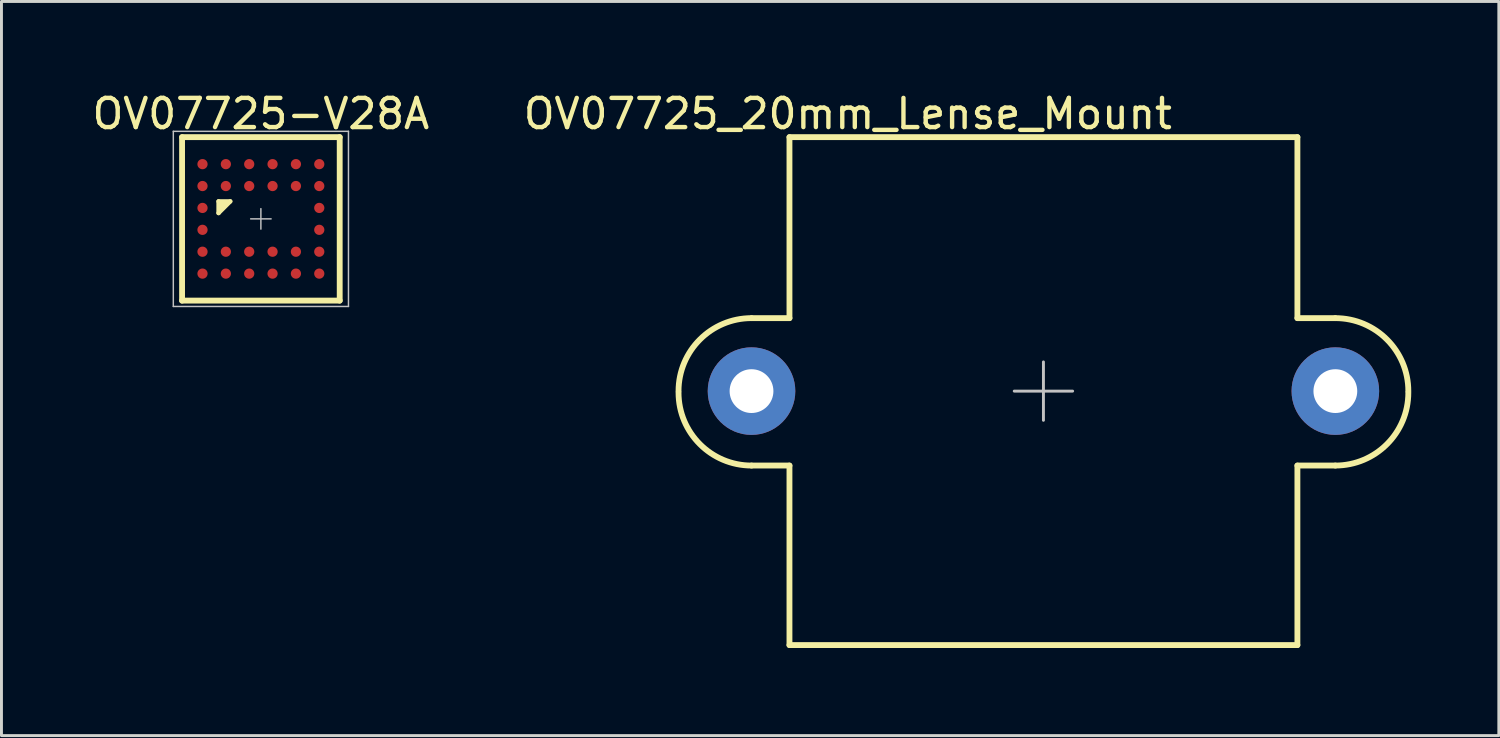
<source format=kicad_pcb>
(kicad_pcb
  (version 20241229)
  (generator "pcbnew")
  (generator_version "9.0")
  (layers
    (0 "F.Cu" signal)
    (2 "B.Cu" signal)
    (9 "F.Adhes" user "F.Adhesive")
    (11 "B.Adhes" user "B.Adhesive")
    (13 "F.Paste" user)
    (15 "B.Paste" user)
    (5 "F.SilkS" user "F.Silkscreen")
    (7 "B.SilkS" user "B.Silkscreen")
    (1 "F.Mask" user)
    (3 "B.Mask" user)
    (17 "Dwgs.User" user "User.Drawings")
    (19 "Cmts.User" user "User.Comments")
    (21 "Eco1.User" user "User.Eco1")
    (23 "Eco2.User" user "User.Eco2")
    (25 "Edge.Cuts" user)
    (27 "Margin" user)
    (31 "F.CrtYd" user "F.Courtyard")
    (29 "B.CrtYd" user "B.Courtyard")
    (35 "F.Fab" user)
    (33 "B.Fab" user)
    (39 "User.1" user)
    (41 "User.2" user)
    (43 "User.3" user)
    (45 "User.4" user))
  (footprint "OV07725-V28A"
    (layer "F.Cu")
    (at 5.887 4.448)
    (property "Reference" "OV07725-V28A" (at 0 -3.6 0) (layer "F.SilkS") (effects (font (size 1 1) (thickness 0.15))))
    (attr through_hole)
    (fp_line (start -2.7 2.8) (end -2.7 -2.8) (stroke (width 0.2) (type solid)) (layer "F.SilkS"))
    (fp_line (start -1.45 -0.6) (end -1.45 -0.2) (stroke (width 0.15) (type solid)) (layer "F.SilkS"))
    (fp_line (start -1.45 -0.6) (end -1.05 -0.6) (stroke (width 0.15) (type solid)) (layer "F.SilkS"))
    (fp_line (start -1.4 -0.55) (end -1.3 -0.45) (stroke (width 0.15) (type solid)) (layer "F.SilkS"))
    (fp_line (start -1.2 -0.55) (end -1.4 -0.35) (stroke (width 0.15) (type solid)) (layer "F.SilkS"))
    (fp_line (start -1.05 -0.6) (end -1.45 -0.2) (stroke (width 0.15) (type solid)) (layer "F.SilkS"))
    (fp_line (start 2.7 -2.8) (end -2.7 -2.8) (stroke (width 0.2) (type solid)) (layer "F.SilkS"))
    (fp_line (start 2.7 -2.8) (end 2.7 2.8) (stroke (width 0.2) (type solid)) (layer "F.SilkS"))
    (fp_line (start 2.7 2.8) (end -2.7 2.8) (stroke (width 0.2) (type solid)) (layer "F.SilkS"))
    (fp_line (start -3 -3) (end 3 -3) (stroke (width 0.05) (type solid)) (layer "Dwgs.User"))
    (fp_line (start -3 3) (end -3 -3) (stroke (width 0.05) (type solid)) (layer "Dwgs.User"))
    (fp_line (start -0.35 0) (end 0.35 0) (stroke (width 0.05) (type solid)) (layer "Dwgs.User"))
    (fp_line (start 0 -0.35) (end 0 0.35) (stroke (width 0.05) (type solid)) (layer "Dwgs.User"))
    (fp_line (start 3 -3) (end 3 3) (stroke (width 0.05) (type solid)) (layer "Dwgs.User"))
    (fp_line (start 3 3) (end -3 3) (stroke (width 0.05) (type solid)) (layer "Dwgs.User"))
    (fp_line (start -2.518 -2.603) (end -2.518 2.603) (stroke (width 0.1) (type solid)) (layer "Eco1.User"))
    (fp_line (start -2.518 -2.603) (end 2.518 -2.603) (stroke (width 0.1) (type solid)) (layer "Eco1.User"))
    (fp_line (start -2.518 2.603) (end 2.518 2.603) (stroke (width 0.1) (type solid)) (layer "Eco1.User"))
    (fp_line (start 2.518 -2.603) (end 2.518 2.603) (stroke (width 0.1) (type solid)) (layer "Eco1.User"))
    (fp_line (start -0.189 -0.334) (end 0.389 -0.334) (stroke (width 0.05) (type solid)) (layer "Eco2.User"))
    (fp_line (start 0.088 -0.634) (end 0.088 -0.034) (stroke (width 0.05) (type solid)) (layer "Eco2.User"))
    (fp_text user "Lens Origin Offset (0.0885 , 0.336)" (at 0 4.75 0) (layer "Eco2.User") (effects (font (size 0.3 0.3) (thickness 0.075))))
    (pad "A1" smd circle (at -2 -1.875 180) (size 0.35 0.35) (layers "F.Cu" "F.Mask" "F.Paste"))
    (pad "A2" smd circle (at -1.2 -1.875 180) (size 0.35 0.35) (layers "F.Cu" "F.Mask" "F.Paste"))
    (pad "A3" smd circle (at -0.4 -1.875 180) (size 0.35 0.35) (layers "F.Cu" "F.Mask" "F.Paste"))
    (pad "A4" smd circle (at 0.4 -1.875 180) (size 0.35 0.35) (layers "F.Cu" "F.Mask" "F.Paste"))
    (pad "A5" smd circle (at 1.2 -1.875 180) (size 0.35 0.35) (layers "F.Cu" "F.Mask" "F.Paste"))
    (pad "A6" smd circle (at 2 -1.875 180) (size 0.35 0.35) (layers "F.Cu" "F.Mask" "F.Paste"))
    (pad "B1" smd circle (at -2 -1.125 180) (size 0.35 0.35) (layers "F.Cu" "F.Mask" "F.Paste"))
    (pad "B2" smd circle (at -1.2 -1.125 180) (size 0.35 0.35) (layers "F.Cu" "F.Mask" "F.Paste"))
    (pad "B3" smd circle (at -0.4 -1.125 180) (size 0.35 0.35) (layers "F.Cu" "F.Mask" "F.Paste"))
    (pad "B4" smd circle (at 0.4 -1.125 180) (size 0.35 0.35) (layers "F.Cu" "F.Mask" "F.Paste"))
    (pad "B5" smd circle (at 1.2 -1.125 180) (size 0.35 0.35) (layers "F.Cu" "F.Mask" "F.Paste"))
    (pad "B6" smd circle (at 2 -1.125 180) (size 0.35 0.35) (layers "F.Cu" "F.Mask" "F.Paste"))
    (pad "C1" smd circle (at -2 -0.375 180) (size 0.35 0.35) (layers "F.Cu" "F.Mask" "F.Paste"))
    (pad "C6" smd circle (at 2 -0.375 180) (size 0.35 0.35) (layers "F.Cu" "F.Mask" "F.Paste"))
    (pad "D1" smd circle (at -2 0.375 180) (size 0.35 0.35) (layers "F.Cu" "F.Mask" "F.Paste"))
    (pad "D6" smd circle (at 2 0.375 180) (size 0.35 0.35) (layers "F.Cu" "F.Mask" "F.Paste"))
    (pad "E1" smd circle (at -2 1.125 180) (size 0.35 0.35) (layers "F.Cu" "F.Mask" "F.Paste"))
    (pad "E2" smd circle (at -1.2 1.125 180) (size 0.35 0.35) (layers "F.Cu" "F.Mask" "F.Paste"))
    (pad "E3" smd circle (at -0.4 1.125 180) (size 0.35 0.35) (layers "F.Cu" "F.Mask" "F.Paste"))
    (pad "E4" smd circle (at 0.4 1.125 180) (size 0.35 0.35) (layers "F.Cu" "F.Mask" "F.Paste"))
    (pad "E5" smd circle (at 1.2 1.125 180) (size 0.35 0.35) (layers "F.Cu" "F.Mask" "F.Paste"))
    (pad "E6" smd circle (at 2 1.125 180) (size 0.35 0.35) (layers "F.Cu" "F.Mask" "F.Paste"))
    (pad "F1" smd circle (at -2 1.875 180) (size 0.35 0.35) (layers "F.Cu" "F.Mask" "F.Paste"))
    (pad "F2" smd circle (at -1.2 1.875 180) (size 0.35 0.35) (layers "F.Cu" "F.Mask" "F.Paste"))
    (pad "F3" smd circle (at -0.4 1.875 180) (size 0.35 0.35) (layers "F.Cu" "F.Mask" "F.Paste"))
    (pad "F4" smd circle (at 0.4 1.875 180) (size 0.35 0.35) (layers "F.Cu" "F.Mask" "F.Paste"))
    (pad "F5" smd circle (at 1.2 1.875 180) (size 0.35 0.35) (layers "F.Cu" "F.Mask" "F.Paste"))
    (pad "F6" smd circle (at 2 1.875 180) (size 0.35 0.35) (layers "F.Cu" "F.Mask" "F.Paste")))
  (footprint "OV07725_20mm_Lense_Mount"
    (layer "F.Cu")
    (at 32.694 10.348)
    (property "Reference" "OV07725_20mm_Lense_Mount" (at -6.7 -9.5 0) (layer "F.SilkS") (effects (font (size 1 1) (thickness 0.15))))
    (attr through_hole)
    (fp_line (start -8.7 -8.7) (end -8.7 -2.5) (stroke (width 0.2) (type solid)) (layer "F.SilkS"))
    (fp_line (start -8.7 -2.5) (end -10 -2.5) (stroke (width 0.2) (type solid)) (layer "F.SilkS"))
    (fp_line (start -8.7 2.55) (end -10 2.55) (stroke (width 0.2) (type solid)) (layer "F.SilkS"))
    (fp_line (start -8.7 8.7) (end -8.7 2.55) (stroke (width 0.2) (type solid)) (layer "F.SilkS"))
    (fp_line (start -8.7 8.7) (end 8.7 8.7) (stroke (width 0.2) (type solid)) (layer "F.SilkS"))
    (fp_line (start 8.7 -8.7) (end -8.7 -8.7) (stroke (width 0.2) (type solid)) (layer "F.SilkS"))
    (fp_line (start 8.7 -8.7) (end 8.7 -2.5) (stroke (width 0.2) (type solid)) (layer "F.SilkS"))
    (fp_line (start 8.7 -2.5) (end 10 -2.5) (stroke (width 0.2) (type solid)) (layer "F.SilkS"))
    (fp_line (start 8.7 2.55) (end 10 2.55) (stroke (width 0.2) (type solid)) (layer "F.SilkS"))
    (fp_line (start 8.7 8.7) (end 8.7 2.55) (stroke (width 0.2) (type solid)) (layer "F.SilkS"))
    (fp_arc (start -12.5 0) (mid -11.767767 -1.767767) (end -10 -2.5) (stroke (width 0.2) (type solid)) (layer "F.SilkS"))
    (fp_arc (start -10 2.55) (mid -11.767767 1.817767) (end -12.5 0.05) (stroke (width 0.2) (type solid)) (layer "F.SilkS"))
    (fp_arc (start 10 -2.5) (mid 11.767767 -1.767767) (end 12.5 0) (stroke (width 0.2) (type solid)) (layer "F.SilkS"))
    (fp_arc (start 12.5 0.05) (mid 11.767767 1.817767) (end 10 2.55) (stroke (width 0.2) (type solid)) (layer "F.SilkS"))
    (fp_line (start -1 0) (end 1 0) (stroke (width 0.1) (type solid)) (layer "Dwgs.User"))
    (fp_line (start 0 -1) (end 0 1) (stroke (width 0.1) (type solid)) (layer "Dwgs.User"))
    (fp_line (start -8.5 -8.5) (end -8.5 8.5) (stroke (width 0.1) (type solid)) (layer "Eco1.User"))
    (fp_line (start -8.5 -8.5) (end 8.5 -8.5) (stroke (width 0.1) (type solid)) (layer "Eco1.User"))
    (fp_line (start -8.5 8.5) (end 8.5 8.5) (stroke (width 0.1) (type solid)) (layer "Eco1.User"))
    (fp_line (start 8.5 8.5) (end 8.5 -8.5) (stroke (width 0.1) (type solid)) (layer "Eco1.User"))
    (pad "" thru_hole circle (at -10 0 180) (size 3 3) (drill 1.5) (layers "*.Cu" "*.Mask"))
    (pad "" thru_hole circle (at 10 0 180) (size 3 3) (drill 1.5) (layers "*.Cu" "*.Mask")))
  (gr_rect
    (start -3 -3)
    (end 48.294 22.148)
    (stroke (width 0.1) (type default))
    (fill no)
    (layer "Edge.Cuts")))
</source>
